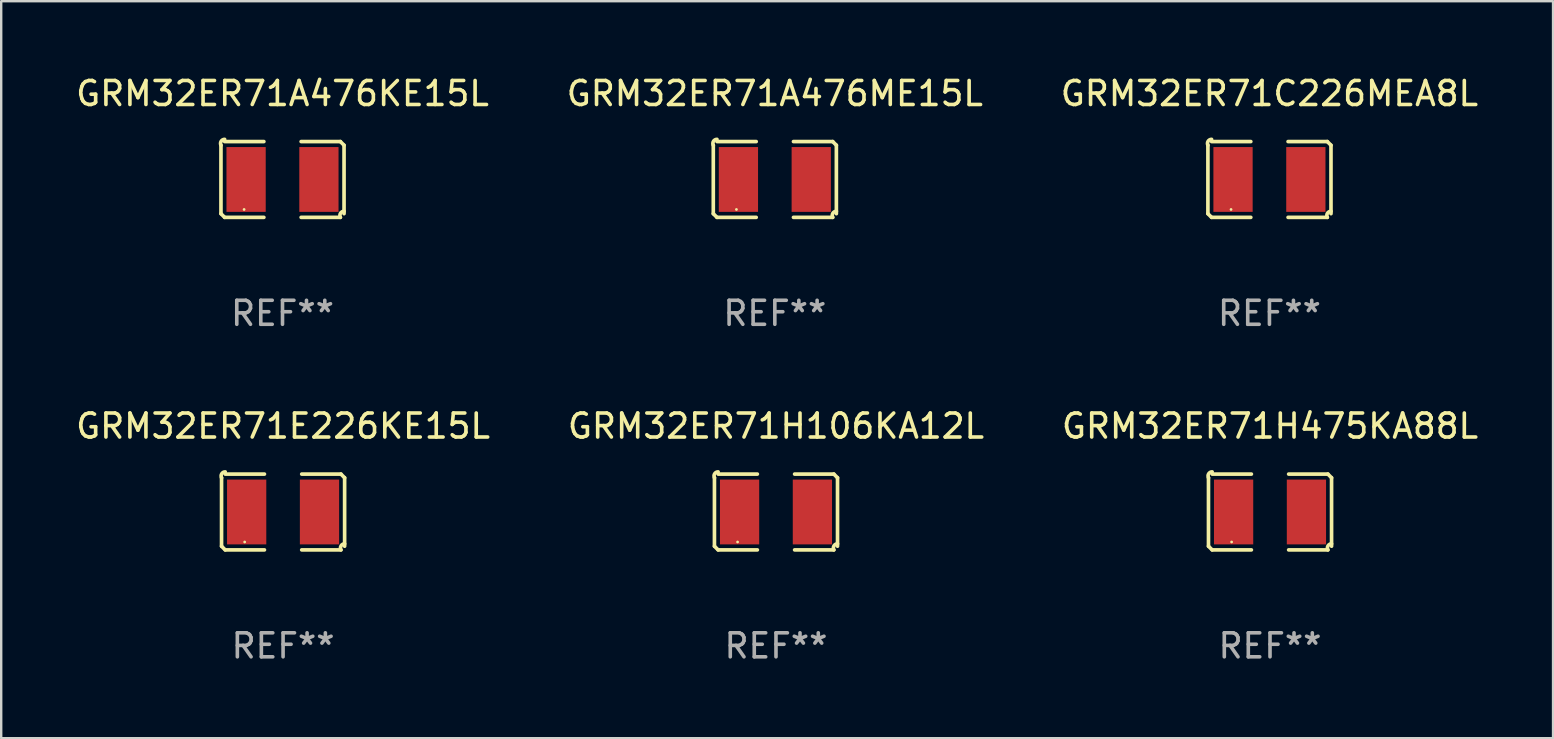
<source format=kicad_pcb>
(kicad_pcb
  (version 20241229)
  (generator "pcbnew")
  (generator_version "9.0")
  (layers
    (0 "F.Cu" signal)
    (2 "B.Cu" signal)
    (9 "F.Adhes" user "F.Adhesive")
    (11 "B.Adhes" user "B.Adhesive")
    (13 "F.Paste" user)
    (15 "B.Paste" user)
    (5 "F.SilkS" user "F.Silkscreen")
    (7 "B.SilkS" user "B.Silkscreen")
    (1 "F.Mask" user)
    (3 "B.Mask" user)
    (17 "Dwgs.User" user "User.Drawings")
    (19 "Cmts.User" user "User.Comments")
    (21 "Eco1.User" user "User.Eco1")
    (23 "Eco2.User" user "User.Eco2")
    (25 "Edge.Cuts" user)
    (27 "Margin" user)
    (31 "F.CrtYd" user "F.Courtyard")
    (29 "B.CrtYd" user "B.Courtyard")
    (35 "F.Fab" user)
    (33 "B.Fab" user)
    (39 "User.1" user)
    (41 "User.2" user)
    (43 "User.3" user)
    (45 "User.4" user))
  (footprint "GRM32ER71E226KE15L"
    (layer "F.Cu")
    (at 8.744 18.281)
    (property "Reference" "GRM32ER71E226KE15L" (at 0 -3.579 0) (layer "F.SilkS") (effects (font (size 1 1) (thickness 0.15))))
    (attr through_hole)
    (fp_line (start -2.564 1.426) (end -2.564 -1.426) (stroke (width 0.152) (type solid)) (layer "F.SilkS"))
    (fp_line (start -2.411 -1.579) (end -0.776 -1.579) (stroke (width 0.152) (type solid)) (layer "F.SilkS"))
    (fp_line (start -0.776 1.579) (end -2.411 1.579) (stroke (width 0.152) (type solid)) (layer "F.SilkS"))
    (fp_line (start 0.776 1.579) (end 2.411 1.579) (stroke (width 0.152) (type solid)) (layer "F.SilkS"))
    (fp_line (start 2.411 -1.579) (end 0.776 -1.579) (stroke (width 0.152) (type solid)) (layer "F.SilkS"))
    (fp_line (start 2.564 1.426) (end 2.564 -1.426) (stroke (width 0.152) (type solid)) (layer "F.SilkS"))
    (fp_arc (start -2.563602 -1.426213) (mid -2.555597 -1.591233) (end -2.411201 -1.671518) (stroke (width 0.1524) (type solid)) (layer "F.SilkS"))
    (fp_arc (start -2.5636 1.426214) (mid -2.487389 1.502402) (end -2.411201 1.578613) (stroke (width 0.1524) (type solid)) (layer "F.SilkS"))
    (fp_arc (start 2.411197 -1.578618) (mid 2.487403 -1.502419) (end 2.563602 -1.426213) (stroke (width 0.1524) (type solid)) (layer "F.SilkS"))
    (fp_arc (start 2.411201 1.578613) (mid 2.416214 1.409455) (end 2.563602 1.32629) (stroke (width 0.1524) (type solid)) (layer "F.SilkS"))
    (fp_circle (center -1.6 1.25) (end -1.57 1.25) (stroke (width 0.06) (type solid)) (fill no) (layer "F.SilkS"))
    (fp_text user "REF**" (at 0 5.579 0) (layer "F.Fab") (effects (font (size 1 1) (thickness 0.15))))
    (pad "1" smd rect (at -1.517 0) (size 1.635 2.7) (layers "F.Cu" "F.Mask" "F.Paste"))
    (pad "2" smd rect (at 1.517 0) (size 1.635 2.7) (layers "F.Cu" "F.Mask" "F.Paste")))
  (footprint "GRM32ER71A476KE15L"
    (layer "F.Cu")
    (at 8.72 4.427)
    (property "Reference" "GRM32ER71A476KE15L" (at 0 -3.579 0) (layer "F.SilkS") (effects (font (size 1 1) (thickness 0.15))))
    (attr through_hole)
    (fp_line (start -2.564 1.426) (end -2.564 -1.426) (stroke (width 0.152) (type solid)) (layer "F.SilkS"))
    (fp_line (start -2.411 -1.579) (end -0.776 -1.579) (stroke (width 0.152) (type solid)) (layer "F.SilkS"))
    (fp_line (start -0.776 1.579) (end -2.411 1.579) (stroke (width 0.152) (type solid)) (layer "F.SilkS"))
    (fp_line (start 0.776 1.579) (end 2.411 1.579) (stroke (width 0.152) (type solid)) (layer "F.SilkS"))
    (fp_line (start 2.411 -1.579) (end 0.776 -1.579) (stroke (width 0.152) (type solid)) (layer "F.SilkS"))
    (fp_line (start 2.564 1.426) (end 2.564 -1.426) (stroke (width 0.152) (type solid)) (layer "F.SilkS"))
    (fp_arc (start -2.563602 -1.426213) (mid -2.555597 -1.591233) (end -2.411201 -1.671518) (stroke (width 0.1524) (type solid)) (layer "F.SilkS"))
    (fp_arc (start -2.5636 1.426214) (mid -2.487389 1.502402) (end -2.411201 1.578613) (stroke (width 0.1524) (type solid)) (layer "F.SilkS"))
    (fp_arc (start 2.411197 -1.578618) (mid 2.487403 -1.502419) (end 2.563602 -1.426213) (stroke (width 0.1524) (type solid)) (layer "F.SilkS"))
    (fp_arc (start 2.411201 1.578613) (mid 2.416214 1.409455) (end 2.563602 1.32629) (stroke (width 0.1524) (type solid)) (layer "F.SilkS"))
    (fp_circle (center -1.6 1.25) (end -1.57 1.25) (stroke (width 0.06) (type solid)) (fill no) (layer "F.SilkS"))
    (fp_text user "REF**" (at 0 5.579 0) (layer "F.Fab") (effects (font (size 1 1) (thickness 0.15))))
    (pad "1" smd rect (at -1.517 0) (size 1.635 2.7) (layers "F.Cu" "F.Mask" "F.Paste"))
    (pad "2" smd rect (at 1.517 0) (size 1.635 2.7) (layers "F.Cu" "F.Mask" "F.Paste")))
  (footprint "GRM32ER71H106KA12L"
    (layer "F.Cu")
    (at 29.28 18.281)
    (property "Reference" "GRM32ER71H106KA12L" (at 0 -3.579 0) (layer "F.SilkS") (effects (font (size 1 1) (thickness 0.15))))
    (attr through_hole)
    (fp_line (start -2.564 1.426) (end -2.564 -1.426) (stroke (width 0.152) (type solid)) (layer "F.SilkS"))
    (fp_line (start -2.411 -1.579) (end -0.776 -1.579) (stroke (width 0.152) (type solid)) (layer "F.SilkS"))
    (fp_line (start -0.776 1.579) (end -2.411 1.579) (stroke (width 0.152) (type solid)) (layer "F.SilkS"))
    (fp_line (start 0.776 1.579) (end 2.411 1.579) (stroke (width 0.152) (type solid)) (layer "F.SilkS"))
    (fp_line (start 2.411 -1.579) (end 0.776 -1.579) (stroke (width 0.152) (type solid)) (layer "F.SilkS"))
    (fp_line (start 2.564 1.426) (end 2.564 -1.426) (stroke (width 0.152) (type solid)) (layer "F.SilkS"))
    (fp_arc (start -2.563602 -1.426213) (mid -2.555597 -1.591233) (end -2.411201 -1.671518) (stroke (width 0.1524) (type solid)) (layer "F.SilkS"))
    (fp_arc (start -2.5636 1.426214) (mid -2.487389 1.502402) (end -2.411201 1.578613) (stroke (width 0.1524) (type solid)) (layer "F.SilkS"))
    (fp_arc (start 2.411197 -1.578618) (mid 2.487403 -1.502419) (end 2.563602 -1.426213) (stroke (width 0.1524) (type solid)) (layer "F.SilkS"))
    (fp_arc (start 2.411201 1.578613) (mid 2.416214 1.409455) (end 2.563602 1.32629) (stroke (width 0.1524) (type solid)) (layer "F.SilkS"))
    (fp_circle (center -1.6 1.25) (end -1.57 1.25) (stroke (width 0.06) (type solid)) (fill no) (layer "F.SilkS"))
    (fp_text user "REF**" (at 0 5.579 0) (layer "F.Fab") (effects (font (size 1 1) (thickness 0.15))))
    (pad "1" smd rect (at -1.517 0) (size 1.635 2.7) (layers "F.Cu" "F.Mask" "F.Paste"))
    (pad "2" smd rect (at 1.517 0) (size 1.635 2.7) (layers "F.Cu" "F.Mask" "F.Paste")))
  (footprint "GRM32ER71H475KA88L"
    (layer "F.Cu")
    (at 49.863 18.281)
    (property "Reference" "GRM32ER71H475KA88L" (at 0 -3.579 0) (layer "F.SilkS") (effects (font (size 1 1) (thickness 0.15))))
    (attr through_hole)
    (fp_line (start -2.564 1.426) (end -2.564 -1.426) (stroke (width 0.152) (type solid)) (layer "F.SilkS"))
    (fp_line (start -2.411 -1.579) (end -0.776 -1.579) (stroke (width 0.152) (type solid)) (layer "F.SilkS"))
    (fp_line (start -0.776 1.579) (end -2.411 1.579) (stroke (width 0.152) (type solid)) (layer "F.SilkS"))
    (fp_line (start 0.776 1.579) (end 2.411 1.579) (stroke (width 0.152) (type solid)) (layer "F.SilkS"))
    (fp_line (start 2.411 -1.579) (end 0.776 -1.579) (stroke (width 0.152) (type solid)) (layer "F.SilkS"))
    (fp_line (start 2.564 1.426) (end 2.564 -1.426) (stroke (width 0.152) (type solid)) (layer "F.SilkS"))
    (fp_arc (start -2.563602 -1.426213) (mid -2.555597 -1.591233) (end -2.411201 -1.671518) (stroke (width 0.1524) (type solid)) (layer "F.SilkS"))
    (fp_arc (start -2.5636 1.426214) (mid -2.487389 1.502402) (end -2.411201 1.578613) (stroke (width 0.1524) (type solid)) (layer "F.SilkS"))
    (fp_arc (start 2.411197 -1.578618) (mid 2.487403 -1.502419) (end 2.563602 -1.426213) (stroke (width 0.1524) (type solid)) (layer "F.SilkS"))
    (fp_arc (start 2.411201 1.578613) (mid 2.416214 1.409455) (end 2.563602 1.32629) (stroke (width 0.1524) (type solid)) (layer "F.SilkS"))
    (fp_circle (center -1.6 1.25) (end -1.57 1.25) (stroke (width 0.06) (type solid)) (fill no) (layer "F.SilkS"))
    (fp_text user "REF**" (at 0 5.579 0) (layer "F.Fab") (effects (font (size 1 1) (thickness 0.15))))
    (pad "1" smd rect (at -1.517 0) (size 1.635 2.7) (layers "F.Cu" "F.Mask" "F.Paste"))
    (pad "2" smd rect (at 1.517 0) (size 1.635 2.7) (layers "F.Cu" "F.Mask" "F.Paste")))
  (footprint "GRM32ER71A476ME15L"
    (layer "F.Cu")
    (at 29.232 4.427)
    (property "Reference" "GRM32ER71A476ME15L" (at 0 -3.579 0) (layer "F.SilkS") (effects (font (size 1 1) (thickness 0.15))))
    (attr through_hole)
    (fp_line (start -2.564 1.426) (end -2.564 -1.426) (stroke (width 0.152) (type solid)) (layer "F.SilkS"))
    (fp_line (start -2.411 -1.579) (end -0.776 -1.579) (stroke (width 0.152) (type solid)) (layer "F.SilkS"))
    (fp_line (start -0.776 1.579) (end -2.411 1.579) (stroke (width 0.152) (type solid)) (layer "F.SilkS"))
    (fp_line (start 0.776 1.579) (end 2.411 1.579) (stroke (width 0.152) (type solid)) (layer "F.SilkS"))
    (fp_line (start 2.411 -1.579) (end 0.776 -1.579) (stroke (width 0.152) (type solid)) (layer "F.SilkS"))
    (fp_line (start 2.564 1.426) (end 2.564 -1.426) (stroke (width 0.152) (type solid)) (layer "F.SilkS"))
    (fp_arc (start -2.563602 -1.426213) (mid -2.555597 -1.591233) (end -2.411201 -1.671518) (stroke (width 0.1524) (type solid)) (layer "F.SilkS"))
    (fp_arc (start -2.5636 1.426214) (mid -2.487389 1.502402) (end -2.411201 1.578613) (stroke (width 0.1524) (type solid)) (layer "F.SilkS"))
    (fp_arc (start 2.411197 -1.578618) (mid 2.487403 -1.502419) (end 2.563602 -1.426213) (stroke (width 0.1524) (type solid)) (layer "F.SilkS"))
    (fp_arc (start 2.411201 1.578613) (mid 2.416214 1.409455) (end 2.563602 1.32629) (stroke (width 0.1524) (type solid)) (layer "F.SilkS"))
    (fp_circle (center -1.6 1.25) (end -1.57 1.25) (stroke (width 0.06) (type solid)) (fill no) (layer "F.SilkS"))
    (fp_text user "REF**" (at 0 5.579 0) (layer "F.Fab") (effects (font (size 1 1) (thickness 0.15))))
    (pad "1" smd rect (at -1.517 0) (size 1.635 2.7) (layers "F.Cu" "F.Mask" "F.Paste"))
    (pad "2" smd rect (at 1.517 0) (size 1.635 2.7) (layers "F.Cu" "F.Mask" "F.Paste")))
  (footprint "GRM32ER71C226MEA8L"
    (layer "F.Cu")
    (at 49.839 4.427)
    (property "Reference" "GRM32ER71C226MEA8L" (at 0 -3.579 0) (layer "F.SilkS") (effects (font (size 1 1) (thickness 0.15))))
    (attr through_hole)
    (fp_line (start -2.564 1.426) (end -2.564 -1.426) (stroke (width 0.152) (type solid)) (layer "F.SilkS"))
    (fp_line (start -2.411 -1.579) (end -0.776 -1.579) (stroke (width 0.152) (type solid)) (layer "F.SilkS"))
    (fp_line (start -0.776 1.579) (end -2.411 1.579) (stroke (width 0.152) (type solid)) (layer "F.SilkS"))
    (fp_line (start 0.776 1.579) (end 2.411 1.579) (stroke (width 0.152) (type solid)) (layer "F.SilkS"))
    (fp_line (start 2.411 -1.579) (end 0.776 -1.579) (stroke (width 0.152) (type solid)) (layer "F.SilkS"))
    (fp_line (start 2.564 1.426) (end 2.564 -1.426) (stroke (width 0.152) (type solid)) (layer "F.SilkS"))
    (fp_arc (start -2.563602 -1.426213) (mid -2.555597 -1.591233) (end -2.411201 -1.671518) (stroke (width 0.1524) (type solid)) (layer "F.SilkS"))
    (fp_arc (start -2.5636 1.426214) (mid -2.487389 1.502402) (end -2.411201 1.578613) (stroke (width 0.1524) (type solid)) (layer "F.SilkS"))
    (fp_arc (start 2.411197 -1.578618) (mid 2.487403 -1.502419) (end 2.563602 -1.426213) (stroke (width 0.1524) (type solid)) (layer "F.SilkS"))
    (fp_arc (start 2.411201 1.578613) (mid 2.416214 1.409455) (end 2.563602 1.32629) (stroke (width 0.1524) (type solid)) (layer "F.SilkS"))
    (fp_circle (center -1.6 1.25) (end -1.57 1.25) (stroke (width 0.06) (type solid)) (fill no) (layer "F.SilkS"))
    (fp_text user "REF**" (at 0 5.579 0) (layer "F.Fab") (effects (font (size 1 1) (thickness 0.15))))
    (pad "1" smd rect (at -1.517 0) (size 1.635 2.7) (layers "F.Cu" "F.Mask" "F.Paste"))
    (pad "2" smd rect (at 1.517 0) (size 1.635 2.7) (layers "F.Cu" "F.Mask" "F.Paste")))
  (gr_rect
    (start -3 -3)
    (end 61.655 27.707)
    (stroke (width 0.1) (type default))
    (fill no)
    (layer "Edge.Cuts")))
</source>
